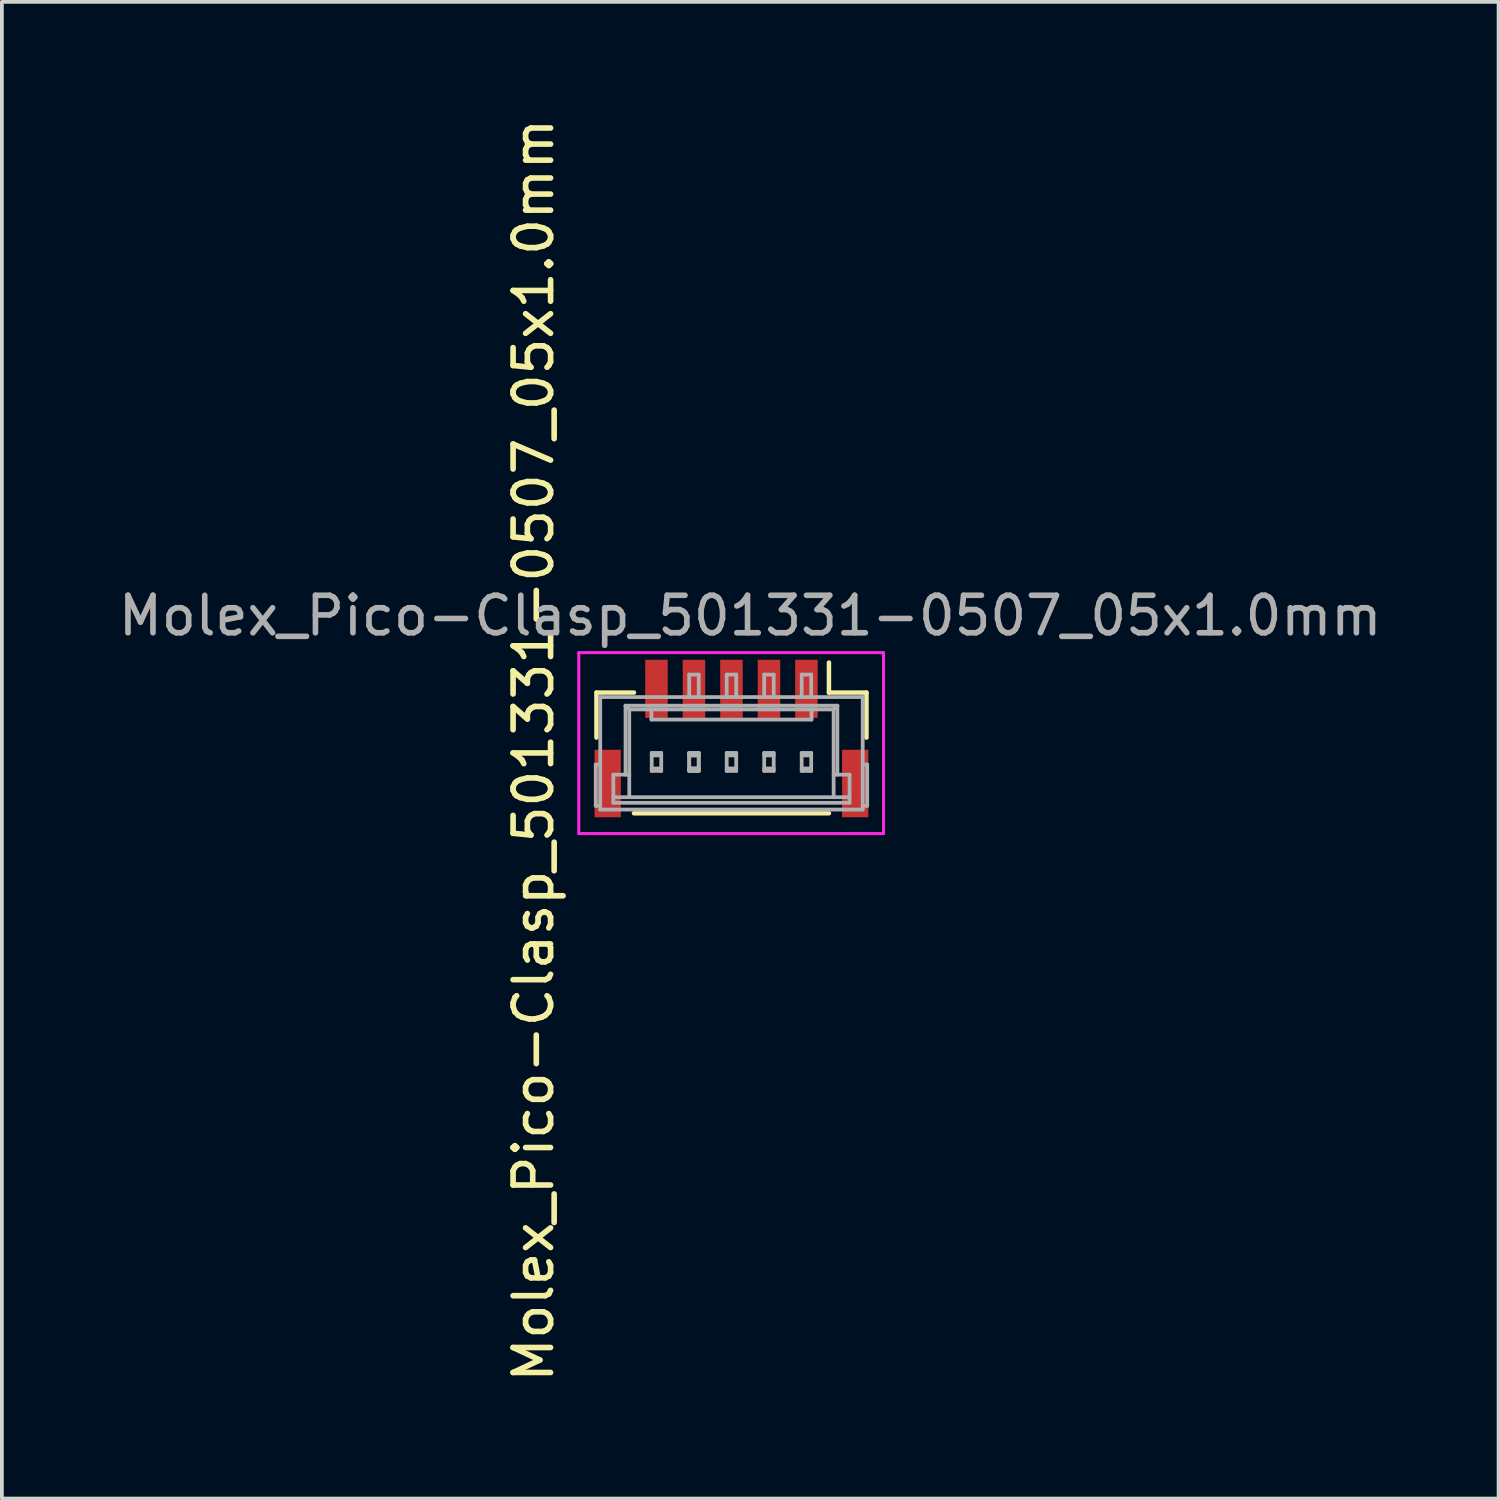
<source format=kicad_pcb>
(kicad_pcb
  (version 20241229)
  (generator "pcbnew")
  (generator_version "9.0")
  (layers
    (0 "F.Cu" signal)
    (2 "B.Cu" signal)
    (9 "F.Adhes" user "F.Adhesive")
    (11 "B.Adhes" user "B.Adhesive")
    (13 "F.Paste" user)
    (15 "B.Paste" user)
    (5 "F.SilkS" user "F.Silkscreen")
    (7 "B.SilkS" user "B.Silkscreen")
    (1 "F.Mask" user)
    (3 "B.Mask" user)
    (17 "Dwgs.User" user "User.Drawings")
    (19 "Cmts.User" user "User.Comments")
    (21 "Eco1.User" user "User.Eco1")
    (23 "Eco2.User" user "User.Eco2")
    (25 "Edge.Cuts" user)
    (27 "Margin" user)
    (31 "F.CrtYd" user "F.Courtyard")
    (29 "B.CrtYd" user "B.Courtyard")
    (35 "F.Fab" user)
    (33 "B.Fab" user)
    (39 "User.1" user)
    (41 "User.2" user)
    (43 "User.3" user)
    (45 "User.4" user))
  (footprint "Molex_Pico-Clasp_501331-0507_05x1.0mm"
    (layer "F.Cu")
    (at 16.958 16.641)
    (property "Reference" "Molex_Pico-Clasp_501331-0507_05x1.0mm" (at -5.779 0.318 90) (layer "F.SilkS") (effects (font (size 1 1) (thickness 0.15))))
    (attr smd)
    (fp_line (start -4.1 -1.22) (end -3.1 -1.22) (stroke (width 0.12) (type solid)) (layer "F.SilkS"))
    (fp_line (start -4.1 -0.02) (end -4.1 -1.22) (stroke (width 0.12) (type solid)) (layer "F.SilkS"))
    (fp_line (start -3.1 2) (end 2.1 2) (stroke (width 0.12) (type solid)) (layer "F.SilkS"))
    (fp_line (start 2.1 -1.22) (end 2.1 -2.02) (stroke (width 0.12) (type solid)) (layer "F.SilkS"))
    (fp_line (start 3.1 -1.22) (end 2.1 -1.22) (stroke (width 0.12) (type solid)) (layer "F.SilkS"))
    (fp_line (start 3.1 -0.02) (end 3.1 -1.22) (stroke (width 0.12) (type solid)) (layer "F.SilkS"))
    (fp_line (start -4.572 -2.286) (end 3.556 -2.286) (stroke (width 0.08) (type solid)) (layer "F.CrtYd"))
    (fp_line (start -4.572 2.54) (end -4.572 -2.286) (stroke (width 0.08) (type solid)) (layer "F.CrtYd"))
    (fp_line (start 3.556 -2.286) (end 3.556 2.54) (stroke (width 0.08) (type solid)) (layer "F.CrtYd"))
    (fp_line (start 3.556 2.54) (end -4.572 2.54) (stroke (width 0.08) (type solid)) (layer "F.CrtYd"))
    (fp_line (start -4.12 0.7) (end -4 0.7) (stroke (width 0.1) (type solid)) (layer "F.Fab"))
    (fp_line (start -4.12 1.8) (end -4.12 0.7) (stroke (width 0.1) (type solid)) (layer "F.Fab"))
    (fp_line (start -4.12 1.8) (end -4 1.8) (stroke (width 0.1) (type solid)) (layer "F.Fab"))
    (fp_line (start -4 -1.1) (end 3 -1.1) (stroke (width 0.1) (type solid)) (layer "F.Fab"))
    (fp_line (start -4 1.9) (end -4 -1.1) (stroke (width 0.1) (type solid)) (layer "F.Fab"))
    (fp_line (start -3.65 0.97) (end -3.65 1.72) (stroke (width 0.1) (type solid)) (layer "F.Fab"))
    (fp_line (start -3.65 0.97) (end -3.225 0.97) (stroke (width 0.1) (type solid)) (layer "F.Fab"))
    (fp_line (start -3.65 1.72) (end 2.65 1.72) (stroke (width 0.1) (type solid)) (layer "F.Fab"))
    (fp_line (start -3.325 -0.87) (end -3.225 -0.77) (stroke (width 0.1) (type solid)) (layer "F.Fab"))
    (fp_line (start -3.325 0.97) (end -3.325 -0.87) (stroke (width 0.1) (type solid)) (layer "F.Fab"))
    (fp_line (start -3.225 -0.77) (end 2.225 -0.77) (stroke (width 0.1) (type solid)) (layer "F.Fab"))
    (fp_line (start -3.225 1.57) (end -3.225 -0.77) (stroke (width 0.1) (type solid)) (layer "F.Fab"))
    (fp_line (start -2.635 -0.5) (end -2.635 -0.77) (stroke (width 0.1) (type solid)) (layer "F.Fab"))
    (fp_line (start -2.627 0.39) (end -2.627 0.87) (stroke (width 0.1) (type solid)) (layer "F.Fab"))
    (fp_line (start -2.627 0.39) (end -2.373 0.39) (stroke (width 0.1) (type solid)) (layer "F.Fab"))
    (fp_line (start -2.627 0.455) (end -2.373 0.455) (stroke (width 0.1) (type solid)) (layer "F.Fab"))
    (fp_line (start -2.627 0.805) (end -2.373 0.805) (stroke (width 0.1) (type solid)) (layer "F.Fab"))
    (fp_line (start -2.627 0.87) (end -2.373 0.87) (stroke (width 0.1) (type solid)) (layer "F.Fab"))
    (fp_line (start -2.373 0.39) (end -2.373 0.87) (stroke (width 0.1) (type solid)) (layer "F.Fab"))
    (fp_line (start -1.627 -1.7) (end -1.373 -1.7) (stroke (width 0.1) (type solid)) (layer "F.Fab"))
    (fp_line (start -1.627 -1.1) (end -1.627 -1.7) (stroke (width 0.1) (type solid)) (layer "F.Fab"))
    (fp_line (start -1.627 0.39) (end -1.627 0.87) (stroke (width 0.1) (type solid)) (layer "F.Fab"))
    (fp_line (start -1.627 0.39) (end -1.627 0.87) (stroke (width 0.1) (type solid)) (layer "F.Fab"))
    (fp_line (start -1.627 0.39) (end -1.373 0.39) (stroke (width 0.1) (type solid)) (layer "F.Fab"))
    (fp_line (start -1.627 0.39) (end -1.373 0.39) (stroke (width 0.1) (type solid)) (layer "F.Fab"))
    (fp_line (start -1.627 0.455) (end -1.373 0.455) (stroke (width 0.1) (type solid)) (layer "F.Fab"))
    (fp_line (start -1.627 0.455) (end -1.373 0.455) (stroke (width 0.1) (type solid)) (layer "F.Fab"))
    (fp_line (start -1.627 0.805) (end -1.373 0.805) (stroke (width 0.1) (type solid)) (layer "F.Fab"))
    (fp_line (start -1.627 0.805) (end -1.373 0.805) (stroke (width 0.1) (type solid)) (layer "F.Fab"))
    (fp_line (start -1.627 0.87) (end -1.373 0.87) (stroke (width 0.1) (type solid)) (layer "F.Fab"))
    (fp_line (start -1.627 0.87) (end -1.373 0.87) (stroke (width 0.1) (type solid)) (layer "F.Fab"))
    (fp_line (start -1.373 -1.1) (end -1.373 -1.7) (stroke (width 0.1) (type solid)) (layer "F.Fab"))
    (fp_line (start -1.373 0.39) (end -1.373 0.87) (stroke (width 0.1) (type solid)) (layer "F.Fab"))
    (fp_line (start -1.373 0.39) (end -1.373 0.87) (stroke (width 0.1) (type solid)) (layer "F.Fab"))
    (fp_line (start -0.627 -1.7) (end -0.373 -1.7) (stroke (width 0.1) (type solid)) (layer "F.Fab"))
    (fp_line (start -0.627 -1.1) (end -0.627 -1.7) (stroke (width 0.1) (type solid)) (layer "F.Fab"))
    (fp_line (start -0.627 0.39) (end -0.627 0.87) (stroke (width 0.1) (type solid)) (layer "F.Fab"))
    (fp_line (start -0.627 0.39) (end -0.373 0.39) (stroke (width 0.1) (type solid)) (layer "F.Fab"))
    (fp_line (start -0.627 0.455) (end -0.373 0.455) (stroke (width 0.1) (type solid)) (layer "F.Fab"))
    (fp_line (start -0.627 0.805) (end -0.373 0.805) (stroke (width 0.1) (type solid)) (layer "F.Fab"))
    (fp_line (start -0.627 0.87) (end -0.373 0.87) (stroke (width 0.1) (type solid)) (layer "F.Fab"))
    (fp_line (start -0.373 -1.1) (end -0.373 -1.7) (stroke (width 0.1) (type solid)) (layer "F.Fab"))
    (fp_line (start -0.373 0.39) (end -0.373 0.87) (stroke (width 0.1) (type solid)) (layer "F.Fab"))
    (fp_line (start 0.373 -1.7) (end 0.627 -1.7) (stroke (width 0.1) (type solid)) (layer "F.Fab"))
    (fp_line (start 0.373 -1.1) (end 0.373 -1.7) (stroke (width 0.1) (type solid)) (layer "F.Fab"))
    (fp_line (start 0.373 0.39) (end 0.373 0.87) (stroke (width 0.1) (type solid)) (layer "F.Fab"))
    (fp_line (start 0.373 0.39) (end 0.627 0.39) (stroke (width 0.1) (type solid)) (layer "F.Fab"))
    (fp_line (start 0.373 0.455) (end 0.627 0.455) (stroke (width 0.1) (type solid)) (layer "F.Fab"))
    (fp_line (start 0.373 0.805) (end 0.627 0.805) (stroke (width 0.1) (type solid)) (layer "F.Fab"))
    (fp_line (start 0.373 0.87) (end 0.627 0.87) (stroke (width 0.1) (type solid)) (layer "F.Fab"))
    (fp_line (start 0.627 -1.7) (end 0.627 -1.1) (stroke (width 0.1) (type solid)) (layer "F.Fab"))
    (fp_line (start 0.627 0.39) (end 0.627 0.87) (stroke (width 0.1) (type solid)) (layer "F.Fab"))
    (fp_line (start 1.373 -1.7) (end 1.373 -1.1) (stroke (width 0.1) (type solid)) (layer "F.Fab"))
    (fp_line (start 1.373 -1.7) (end 1.627 -1.7) (stroke (width 0.1) (type solid)) (layer "F.Fab"))
    (fp_line (start 1.373 0.39) (end 1.373 0.87) (stroke (width 0.1) (type solid)) (layer "F.Fab"))
    (fp_line (start 1.373 0.39) (end 1.627 0.39) (stroke (width 0.1) (type solid)) (layer "F.Fab"))
    (fp_line (start 1.373 0.455) (end 1.627 0.455) (stroke (width 0.1) (type solid)) (layer "F.Fab"))
    (fp_line (start 1.373 0.805) (end 1.627 0.805) (stroke (width 0.1) (type solid)) (layer "F.Fab"))
    (fp_line (start 1.373 0.87) (end 1.627 0.87) (stroke (width 0.1) (type solid)) (layer "F.Fab"))
    (fp_line (start 1.627 -1.7) (end 1.627 -1.1) (stroke (width 0.1) (type solid)) (layer "F.Fab"))
    (fp_line (start 1.627 0.39) (end 1.627 0.87) (stroke (width 0.1) (type solid)) (layer "F.Fab"))
    (fp_line (start 1.635 -0.5) (end -2.635 -0.5) (stroke (width 0.1) (type solid)) (layer "F.Fab"))
    (fp_line (start 1.635 -0.5) (end 1.635 -0.77) (stroke (width 0.1) (type solid)) (layer "F.Fab"))
    (fp_line (start 2.225 -0.77) (end 2.225 1.57) (stroke (width 0.1) (type solid)) (layer "F.Fab"))
    (fp_line (start 2.225 -0.77) (end 2.325 -0.87) (stroke (width 0.1) (type solid)) (layer "F.Fab"))
    (fp_line (start 2.325 -0.87) (end -3.325 -0.87) (stroke (width 0.1) (type solid)) (layer "F.Fab"))
    (fp_line (start 2.325 -0.87) (end 2.325 0.97) (stroke (width 0.1) (type solid)) (layer "F.Fab"))
    (fp_line (start 2.65 0.97) (end 2.225 0.97) (stroke (width 0.1) (type solid)) (layer "F.Fab"))
    (fp_line (start 2.65 1.57) (end -3.65 1.57) (stroke (width 0.1) (type solid)) (layer "F.Fab"))
    (fp_line (start 2.65 1.72) (end 2.65 0.97) (stroke (width 0.1) (type solid)) (layer "F.Fab"))
    (fp_line (start 3 -1.1) (end 3 1.9) (stroke (width 0.1) (type solid)) (layer "F.Fab"))
    (fp_line (start 3 1.9) (end -4 1.9) (stroke (width 0.1) (type solid)) (layer "F.Fab"))
    (fp_line (start 3.12 0.7) (end 3 0.7) (stroke (width 0.1) (type solid)) (layer "F.Fab"))
    (fp_line (start 3.12 0.7) (end 3.12 1.8) (stroke (width 0.1) (type solid)) (layer "F.Fab"))
    (fp_line (start 3.12 1.8) (end 3 1.8) (stroke (width 0.1) (type solid)) (layer "F.Fab"))
    (fp_text user "${REFERENCE}" (at 0 -3.27 0) (layer "F.Fab") (effects (font (size 1 1) (thickness 0.15))))
    (pad "1" smd rect (at 1.5 -1.32) (size 0.6 1.55) (layers "F.Cu" "F.Mask" "F.Paste"))
    (pad "2" smd rect (at 0.5 -1.32) (size 0.6 1.55) (layers "F.Cu" "F.Mask" "F.Paste"))
    (pad "3" smd rect (at -0.5 -1.32) (size 0.6 1.55) (layers "F.Cu" "F.Mask" "F.Paste"))
    (pad "4" smd rect (at -1.5 -1.32) (size 0.6 1.55) (layers "F.Cu" "F.Mask" "F.Paste"))
    (pad "5" smd rect (at -2.5 -1.32) (size 0.6 1.55) (layers "F.Cu" "F.Mask" "F.Paste"))
    (pad "6" smd rect (at -3.8 1.205) (size 0.7 1.8) (layers "F.Cu" "F.Mask" "F.Paste"))
    (pad "6" smd rect (at 2.8 1.205) (size 0.7 1.8) (layers "F.Cu" "F.Mask" "F.Paste")))
  (gr_rect
    (start -3 -3)
    (end 36.917 36.917)
    (stroke (width 0.1) (type default))
    (fill no)
    (layer "Edge.Cuts")))
</source>
